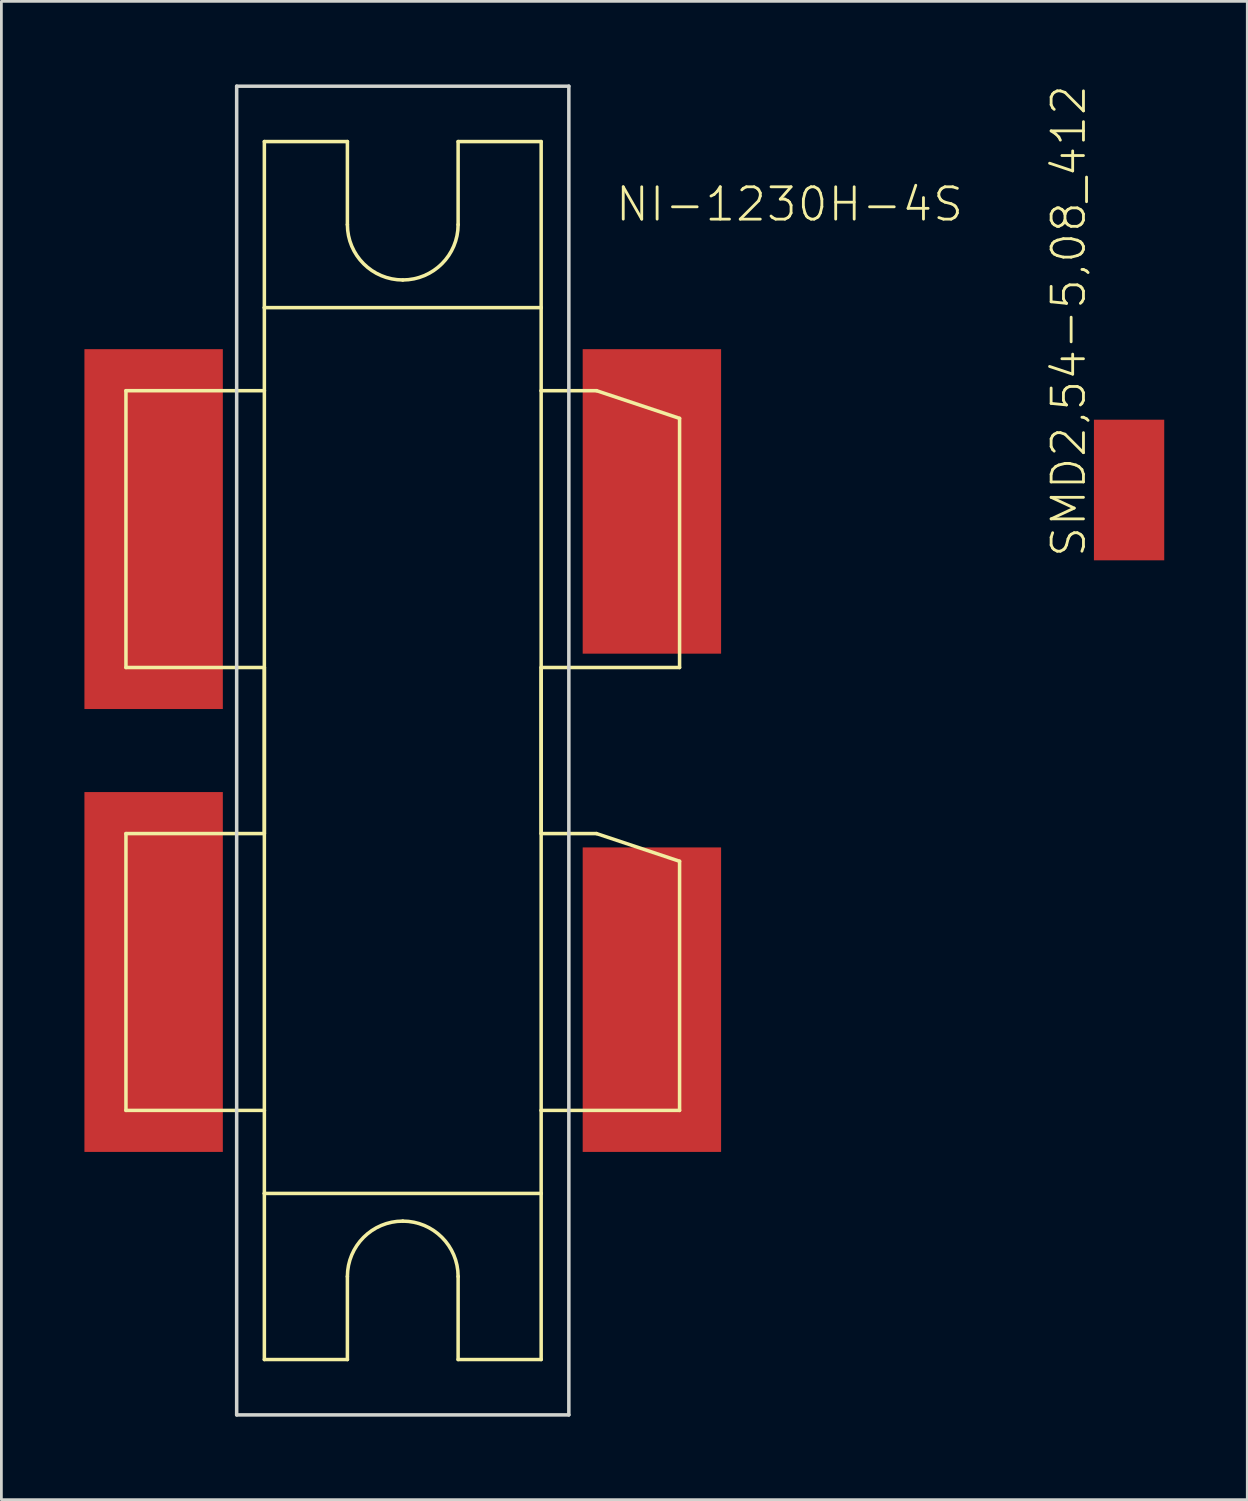
<source format=kicad_pcb>
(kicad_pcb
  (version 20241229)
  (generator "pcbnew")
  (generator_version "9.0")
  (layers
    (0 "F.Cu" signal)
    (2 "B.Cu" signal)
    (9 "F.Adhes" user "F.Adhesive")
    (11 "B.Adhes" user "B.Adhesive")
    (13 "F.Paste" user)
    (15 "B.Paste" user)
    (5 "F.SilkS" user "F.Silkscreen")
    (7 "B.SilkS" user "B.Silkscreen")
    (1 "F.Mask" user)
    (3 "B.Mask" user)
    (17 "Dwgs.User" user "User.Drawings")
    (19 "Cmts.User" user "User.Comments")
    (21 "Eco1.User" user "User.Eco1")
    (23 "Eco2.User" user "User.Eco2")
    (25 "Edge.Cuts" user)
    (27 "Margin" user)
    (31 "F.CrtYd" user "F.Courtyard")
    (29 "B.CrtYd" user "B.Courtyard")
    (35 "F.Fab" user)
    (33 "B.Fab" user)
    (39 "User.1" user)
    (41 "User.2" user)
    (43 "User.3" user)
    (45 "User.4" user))
  (footprint "NI-1230H-4S"
    (layer "F.Cu")
    (at 11.5 24.064)
    (property "Reference" "NI-1230H-4S" (at 7.62 -19.05 0) (unlocked yes) (layer "F.SilkS") (effects (font (size 1.168 1.168) (thickness 0.102)) (justify left bottom)))
    (fp_line (start -10 -13) (end -10 -3) (stroke (width 0.127) (type solid)) (layer "F.SilkS"))
    (fp_line (start -10 -3) (end -5 -3) (stroke (width 0.127) (type solid)) (layer "F.SilkS"))
    (fp_line (start -10 3) (end -10 13) (stroke (width 0.127) (type solid)) (layer "F.SilkS"))
    (fp_line (start -10 13) (end -5 13) (stroke (width 0.127) (type solid)) (layer "F.SilkS"))
    (fp_line (start -5 -22) (end -2 -22) (stroke (width 0.127) (type solid)) (layer "F.SilkS"))
    (fp_line (start -5 -16) (end -5 -22) (stroke (width 0.127) (type solid)) (layer "F.SilkS"))
    (fp_line (start -5 -16) (end -5 -13) (stroke (width 0.127) (type solid)) (layer "F.SilkS"))
    (fp_line (start -5 -13) (end -10 -13) (stroke (width 0.127) (type solid)) (layer "F.SilkS"))
    (fp_line (start -5 -13) (end -5 13) (stroke (width 0.127) (type solid)) (layer "F.SilkS"))
    (fp_line (start -5 -3) (end -5 3) (stroke (width 0.127) (type solid)) (layer "F.SilkS"))
    (fp_line (start -5 3) (end -10 3) (stroke (width 0.127) (type solid)) (layer "F.SilkS"))
    (fp_line (start -5 13) (end -5 16) (stroke (width 0.127) (type solid)) (layer "F.SilkS"))
    (fp_line (start -5 16) (end -5 22) (stroke (width 0.127) (type solid)) (layer "F.SilkS"))
    (fp_line (start -5 16) (end 5 16) (stroke (width 0.127) (type solid)) (layer "F.SilkS"))
    (fp_line (start -5 22) (end -2 22) (stroke (width 0.127) (type solid)) (layer "F.SilkS"))
    (fp_line (start -2 -22) (end -2 -19) (stroke (width 0.127) (type solid)) (layer "F.SilkS"))
    (fp_line (start -2 22) (end -2 19) (stroke (width 0.127) (type solid)) (layer "F.SilkS"))
    (fp_line (start 2 -22) (end 5 -22) (stroke (width 0.127) (type solid)) (layer "F.SilkS"))
    (fp_line (start 2 -19) (end 2 -22) (stroke (width 0.127) (type solid)) (layer "F.SilkS"))
    (fp_line (start 2 19) (end 2 22) (stroke (width 0.127) (type solid)) (layer "F.SilkS"))
    (fp_line (start 2 22) (end 5 22) (stroke (width 0.127) (type solid)) (layer "F.SilkS"))
    (fp_line (start 5 -22) (end 5 -16) (stroke (width 0.127) (type solid)) (layer "F.SilkS"))
    (fp_line (start 5 -16) (end -5 -16) (stroke (width 0.127) (type solid)) (layer "F.SilkS"))
    (fp_line (start 5 -13) (end 5 -16) (stroke (width 0.127) (type solid)) (layer "F.SilkS"))
    (fp_line (start 5 -13) (end 5 13) (stroke (width 0.127) (type solid)) (layer "F.SilkS"))
    (fp_line (start 5 -3) (end 10 -3) (stroke (width 0.127) (type solid)) (layer "F.SilkS"))
    (fp_line (start 5 3) (end 5 -3) (stroke (width 0.127) (type solid)) (layer "F.SilkS"))
    (fp_line (start 5 13) (end 10 13) (stroke (width 0.127) (type solid)) (layer "F.SilkS"))
    (fp_line (start 5 16) (end 5 13) (stroke (width 0.127) (type solid)) (layer "F.SilkS"))
    (fp_line (start 5 22) (end 5 16) (stroke (width 0.127) (type solid)) (layer "F.SilkS"))
    (fp_line (start 7 -13) (end 5 -13) (stroke (width 0.127) (type solid)) (layer "F.SilkS"))
    (fp_line (start 7 3) (end 5 3) (stroke (width 0.127) (type solid)) (layer "F.SilkS"))
    (fp_line (start 10 -12) (end 7 -13) (stroke (width 0.127) (type solid)) (layer "F.SilkS"))
    (fp_line (start 10 -3) (end 10 -12) (stroke (width 0.127) (type solid)) (layer "F.SilkS"))
    (fp_line (start 10 4) (end 7 3) (stroke (width 0.127) (type solid)) (layer "F.SilkS"))
    (fp_line (start 10 13) (end 10 4) (stroke (width 0.127) (type solid)) (layer "F.SilkS"))
    (fp_arc (start -2 19) (mid -1.414214 17.585786) (end 0 17) (stroke (width 0.127) (type solid)) (layer "F.SilkS"))
    (fp_arc (start 0 -17) (mid -1.414214 -17.585786) (end -2 -19) (stroke (width 0.127) (type solid)) (layer "F.SilkS"))
    (fp_arc (start 0 17) (mid 1.414214 17.585786) (end 2 19) (stroke (width 0.127) (type solid)) (layer "F.SilkS"))
    (fp_arc (start 2 -19) (mid 1.414214 -17.585786) (end 0 -17) (stroke (width 0.127) (type solid)) (layer "F.SilkS"))
    (fp_line (start -6 -24) (end 6 -24) (stroke (width 0.127) (type solid)) (layer "Edge.Cuts"))
    (fp_line (start -6 24) (end -6 -24) (stroke (width 0.127) (type solid)) (layer "Edge.Cuts"))
    (fp_line (start 6 -24) (end 6 24) (stroke (width 0.127) (type solid)) (layer "Edge.Cuts"))
    (fp_line (start 6 24) (end -6 24) (stroke (width 0.127) (type solid)) (layer "Edge.Cuts"))
    (pad "P$1" smd rect (at 9 -9) (size 5 11) (layers "F.Cu" "F.Mask" "F.Paste"))
    (pad "P$2" smd rect (at 9 9) (size 5 11) (layers "F.Cu" "F.Mask" "F.Paste"))
    (pad "P$3" smd rect (at -9 -8) (size 5 13) (layers "F.Cu" "F.Mask" "F.Paste"))
    (pad "P$4" smd rect (at -9 8) (size 5 13) (layers "F.Cu" "F.Mask" "F.Paste")))
  (footprint "SMD2,54-5,08_412"
    (layer "F.Cu")
    (at 37.739 14.652)
    (property "Reference" "SMD2,54-5,08_412" (at -1.5 2.5 90) (unlocked yes) (layer "F.SilkS") (effects (font (size 1.168 1.168) (thickness 0.102)) (justify left bottom)))
    (pad "1" smd rect (at 0 0) (size 2.54 5.08) (layers "F.Cu" "F.Mask" "F.Paste")))
  (gr_rect
    (start -3 -3)
    (end 42.009 51.127)
    (stroke (width 0.1) (type default))
    (fill no)
    (layer "Edge.Cuts")))
</source>
